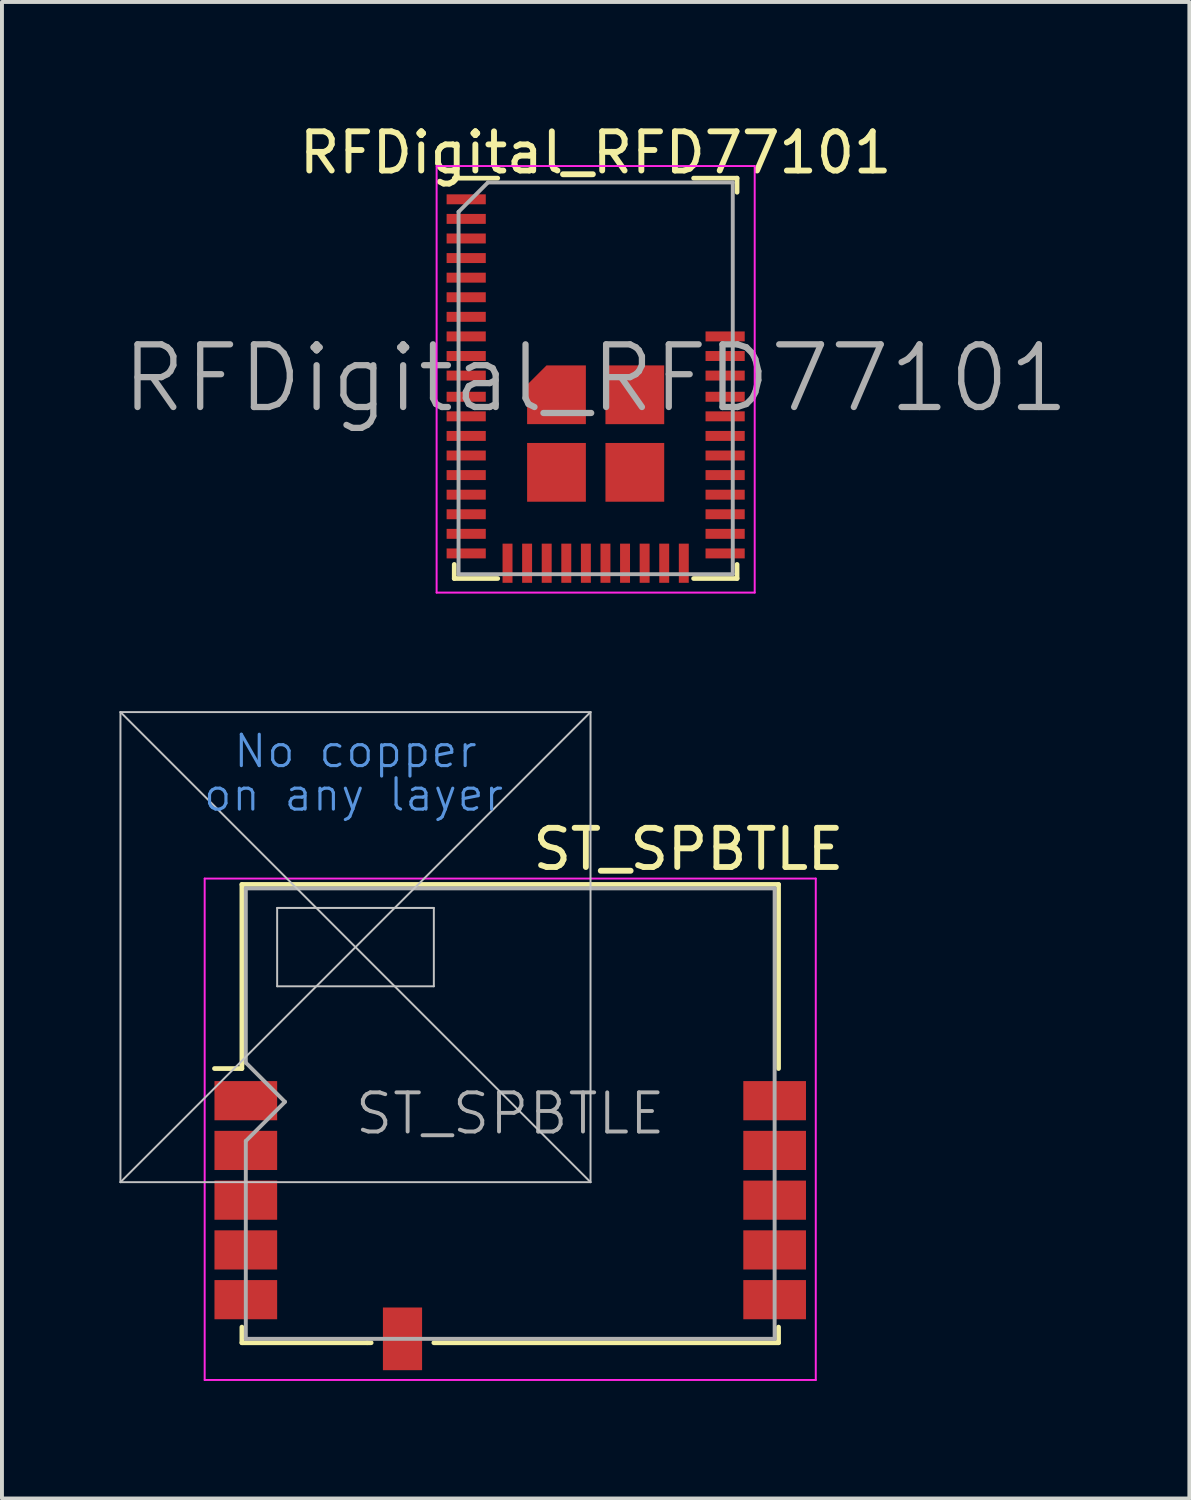
<source format=kicad_pcb>
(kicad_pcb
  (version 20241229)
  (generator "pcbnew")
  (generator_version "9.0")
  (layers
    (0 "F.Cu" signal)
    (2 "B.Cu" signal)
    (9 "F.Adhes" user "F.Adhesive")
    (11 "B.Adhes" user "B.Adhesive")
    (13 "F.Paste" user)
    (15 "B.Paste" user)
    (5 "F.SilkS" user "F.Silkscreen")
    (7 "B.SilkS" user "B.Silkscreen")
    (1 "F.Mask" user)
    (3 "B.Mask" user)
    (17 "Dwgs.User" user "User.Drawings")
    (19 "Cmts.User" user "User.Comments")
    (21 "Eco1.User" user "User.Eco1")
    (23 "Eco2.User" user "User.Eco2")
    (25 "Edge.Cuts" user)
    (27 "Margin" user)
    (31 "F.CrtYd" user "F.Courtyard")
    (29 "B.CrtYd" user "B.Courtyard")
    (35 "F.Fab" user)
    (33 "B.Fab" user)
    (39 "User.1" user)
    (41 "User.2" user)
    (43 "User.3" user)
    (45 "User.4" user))
  (footprint "RFDigital_RFD77101"
    (layer "F.Cu")
    (at 12.156 6.608)
    (property "Reference" "RFDigital_RFD77101" (at 0 -5.76 0) (layer "F.SilkS") (effects (font (size 1 1) (thickness 0.15))))
    (attr smd)
    (fp_line (start -3.61 -5.11) (end -2.5 -5.11) (stroke (width 0.12) (type solid)) (layer "F.SilkS"))
    (fp_line (start -3.61 4.75) (end -3.61 5.11) (stroke (width 0.12) (type solid)) (layer "F.SilkS"))
    (fp_line (start -3.61 5.11) (end -2.5 5.11) (stroke (width 0.12) (type solid)) (layer "F.SilkS"))
    (fp_line (start 3.61 -5.11) (end 2.5 -5.11) (stroke (width 0.12) (type solid)) (layer "F.SilkS"))
    (fp_line (start 3.61 -4.75) (end 3.61 -5.11) (stroke (width 0.12) (type solid)) (layer "F.SilkS"))
    (fp_line (start 3.61 4.75) (end 3.61 5.11) (stroke (width 0.12) (type solid)) (layer "F.SilkS"))
    (fp_line (start 3.61 5.11) (end 2.5 5.11) (stroke (width 0.12) (type solid)) (layer "F.SilkS"))
    (fp_line (start -4.06 -5.42) (end -4.06 5.47) (stroke (width 0.05) (type solid)) (layer "F.CrtYd"))
    (fp_line (start -4.06 5.47) (end 4.06 5.47) (stroke (width 0.05) (type solid)) (layer "F.CrtYd"))
    (fp_line (start 4.06 -5.42) (end -4.06 -5.42) (stroke (width 0.05) (type solid)) (layer "F.CrtYd"))
    (fp_line (start 4.06 5.47) (end 4.06 -5.42) (stroke (width 0.05) (type solid)) (layer "F.CrtYd"))
    (fp_line (start -3.5 -4.25) (end -3.5 5) (stroke (width 0.1) (type solid)) (layer "F.Fab"))
    (fp_line (start -3.5 5) (end 3.5 5) (stroke (width 0.1) (type solid)) (layer "F.Fab"))
    (fp_line (start -2.75 -5) (end -3.5 -4.25) (stroke (width 0.1) (type solid)) (layer "F.Fab"))
    (fp_line (start 3.5 -5) (end -2.75 -5) (stroke (width 0.1) (type solid)) (layer "F.Fab"))
    (fp_line (start 3.5 5) (end 3.5 -5) (stroke (width 0.1) (type solid)) (layer "F.Fab"))
    (fp_text user "${REFERENCE}" (at 0 0 0) (layer "F.Fab") (effects (font (size 1.6 1.6) (thickness 0.16))))
    (pad "1" smd rect (at -3.305 -4.57) (size 1 0.254) (layers "F.Cu" "F.Mask" "F.Paste"))
    (pad "2" smd rect (at -3.305 -4.07) (size 1 0.254) (layers "F.Cu" "F.Mask" "F.Paste"))
    (pad "3" smd rect (at -3.305 -3.57) (size 1 0.254) (layers "F.Cu" "F.Mask" "F.Paste"))
    (pad "4" smd rect (at -3.305 -3.07) (size 1 0.254) (layers "F.Cu" "F.Mask" "F.Paste"))
    (pad "5" smd rect (at -3.305 -2.57) (size 1 0.254) (layers "F.Cu" "F.Mask" "F.Paste"))
    (pad "6" smd rect (at -3.305 -2.07) (size 1 0.254) (layers "F.Cu" "F.Mask" "F.Paste"))
    (pad "7" smd rect (at -3.305 -1.57) (size 1 0.254) (layers "F.Cu" "F.Mask" "F.Paste"))
    (pad "8" smd rect (at -3.305 -1.07) (size 1 0.254) (layers "F.Cu" "F.Mask" "F.Paste"))
    (pad "9" smd rect (at -3.305 -0.57) (size 1 0.254) (layers "F.Cu" "F.Mask" "F.Paste"))
    (pad "10" smd rect (at -3.305 -0.07) (size 1 0.254) (layers "F.Cu" "F.Mask" "F.Paste"))
    (pad "11" smd rect (at -3.305 0.47) (size 1 0.254) (layers "F.Cu" "F.Mask" "F.Paste"))
    (pad "12" smd rect (at -3.305 0.97) (size 1 0.254) (layers "F.Cu" "F.Mask" "F.Paste"))
    (pad "13" smd rect (at -3.305 1.47) (size 1 0.254) (layers "F.Cu" "F.Mask" "F.Paste"))
    (pad "14" smd rect (at -3.305 1.97) (size 1 0.254) (layers "F.Cu" "F.Mask" "F.Paste"))
    (pad "15" smd rect (at -3.305 2.47) (size 1 0.254) (layers "F.Cu" "F.Mask" "F.Paste"))
    (pad "16" smd rect (at -3.305 2.97) (size 1 0.254) (layers "F.Cu" "F.Mask" "F.Paste"))
    (pad "17" smd rect (at -3.305 3.47) (size 1 0.254) (layers "F.Cu" "F.Mask" "F.Paste"))
    (pad "18" smd rect (at -3.305 3.97) (size 1 0.254) (layers "F.Cu" "F.Mask" "F.Paste"))
    (pad "19" smd rect (at -3.305 4.47) (size 1 0.254) (layers "F.Cu" "F.Mask" "F.Paste"))
    (pad "20" smd rect (at -2.25 4.72 90) (size 1 0.254) (layers "F.Cu" "F.Mask" "F.Paste"))
    (pad "21" smd rect (at -1.75 4.72 90) (size 1 0.254) (layers "F.Cu" "F.Mask" "F.Paste"))
    (pad "22" smd rect (at -1.25 4.72 90) (size 1 0.254) (layers "F.Cu" "F.Mask" "F.Paste"))
    (pad "23" smd rect (at -0.75 4.72 90) (size 1 0.254) (layers "F.Cu" "F.Mask" "F.Paste"))
    (pad "24" smd rect (at -0.25 4.72 90) (size 1 0.254) (layers "F.Cu" "F.Mask" "F.Paste"))
    (pad "25" smd rect (at 0.25 4.72 90) (size 1 0.254) (layers "F.Cu" "F.Mask" "F.Paste"))
    (pad "26" smd rect (at 0.75 4.72 90) (size 1 0.254) (layers "F.Cu" "F.Mask" "F.Paste"))
    (pad "27" smd rect (at 1.25 4.72 90) (size 1 0.254) (layers "F.Cu" "F.Mask" "F.Paste"))
    (pad "28" smd rect (at 1.75 4.72 90) (size 1 0.254) (layers "F.Cu" "F.Mask" "F.Paste"))
    (pad "29" smd rect (at 2.25 4.72 90) (size 1 0.254) (layers "F.Cu" "F.Mask" "F.Paste"))
    (pad "30" smd rect (at 3.305 4.47) (size 1 0.254) (layers "F.Cu" "F.Mask" "F.Paste"))
    (pad "31" smd rect (at 3.305 3.97) (size 1 0.254) (layers "F.Cu" "F.Mask" "F.Paste"))
    (pad "32" smd rect (at 3.305 3.47) (size 1 0.254) (layers "F.Cu" "F.Mask" "F.Paste"))
    (pad "33" smd rect (at 3.305 2.97) (size 1 0.254) (layers "F.Cu" "F.Mask" "F.Paste"))
    (pad "34" smd rect (at 3.305 2.47) (size 1 0.254) (layers "F.Cu" "F.Mask" "F.Paste"))
    (pad "35" smd rect (at 3.305 1.97) (size 1 0.254) (layers "F.Cu" "F.Mask" "F.Paste"))
    (pad "36" smd rect (at 3.305 1.47) (size 1 0.254) (layers "F.Cu" "F.Mask" "F.Paste"))
    (pad "37" smd rect (at 3.305 0.97) (size 1 0.254) (layers "F.Cu" "F.Mask" "F.Paste"))
    (pad "38" smd rect (at 3.305 0.47) (size 1 0.254) (layers "F.Cu" "F.Mask" "F.Paste"))
    (pad "39" smd rect (at 3.305 -0.07) (size 1 0.254) (layers "F.Cu" "F.Mask" "F.Paste"))
    (pad "40" smd rect (at 3.305 -0.57) (size 1 0.254) (layers "F.Cu" "F.Mask" "F.Paste"))
    (pad "41" smd rect (at 3.305 -1.07) (size 1 0.254) (layers "F.Cu" "F.Mask" "F.Paste"))
    (pad "42" smd roundrect (at -1 0.42) (size 1.5 1.5) (layers "F.Cu" "F.Mask" "F.Paste") (roundrect_rratio 0) (chamfer_ratio 0.33) (chamfer top_left))
    (pad "43" smd rect (at -1 2.4) (size 1.5 1.5) (layers "F.Cu" "F.Mask" "F.Paste"))
    (pad "44" smd rect (at 1 2.4) (size 1.5 1.5) (layers "F.Cu" "F.Mask" "F.Paste"))
    (pad "45" smd rect (at 1 0.42) (size 1.5 1.5) (layers "F.Cu" "F.Mask" "F.Paste")))
  (footprint "ST_SPBTLE"
    (layer "F.Cu")
    (at 9.975 28.238)
    (property "Reference" "ST_SPBTLE" (at 4.55 -9.61 0) (layer "F.SilkS") (effects (font (size 1 1) (thickness 0.15))))
    (attr smd)
    (fp_line (start -6.85 -8.71) (end 6.85 -8.71) (stroke (width 0.12) (type solid)) (layer "F.SilkS"))
    (fp_line (start -6.85 -4.11) (end -6.85 -8.71) (stroke (width 0.12) (type solid)) (layer "F.SilkS"))
    (fp_line (start -6.85 -4.11) (end -6.85 -4.01) (stroke (width 0.12) (type solid)) (layer "F.SilkS"))
    (fp_line (start -6.85 -4.01) (end -7.55 -4.01) (stroke (width 0.12) (type solid)) (layer "F.SilkS"))
    (fp_line (start -6.85 2.59) (end -6.85 2.99) (stroke (width 0.12) (type solid)) (layer "F.SilkS"))
    (fp_line (start -6.85 2.99) (end -3.65 2.99) (stroke (width 0.12) (type solid)) (layer "F.SilkS"))
    (fp_line (start -3.65 2.99) (end -3.55 2.99) (stroke (width 0.12) (type solid)) (layer "F.SilkS"))
    (fp_line (start -1.95 2.99) (end 6.85 2.99) (stroke (width 0.12) (type solid)) (layer "F.SilkS"))
    (fp_line (start 6.85 -8.71) (end 6.85 -4.01) (stroke (width 0.12) (type solid)) (layer "F.SilkS"))
    (fp_line (start 6.85 2.99) (end 6.85 2.59) (stroke (width 0.12) (type solid)) (layer "F.SilkS"))
    (fp_line (start -9.95 -13.11) (end 2.05 -1.11) (stroke (width 0.05) (type solid)) (layer "Dwgs.User"))
    (fp_line (start -9.95 -1.11) (end -9.95 -13.11) (stroke (width 0.05) (type solid)) (layer "Dwgs.User"))
    (fp_line (start -5.95 -8.11) (end -1.95 -8.11) (stroke (width 0.05) (type solid)) (layer "Dwgs.User"))
    (fp_line (start -5.95 -6.11) (end -5.95 -8.11) (stroke (width 0.05) (type solid)) (layer "Dwgs.User"))
    (fp_line (start -1.95 -8.11) (end -1.95 -6.11) (stroke (width 0.05) (type solid)) (layer "Dwgs.User"))
    (fp_line (start -1.95 -6.11) (end -5.95 -6.11) (stroke (width 0.05) (type solid)) (layer "Dwgs.User"))
    (fp_line (start 2.05 -13.11) (end -9.95 -13.11) (stroke (width 0.05) (type solid)) (layer "Dwgs.User"))
    (fp_line (start 2.05 -13.11) (end -9.95 -1.11) (stroke (width 0.05) (type solid)) (layer "Dwgs.User"))
    (fp_line (start 2.05 -13.11) (end 2.05 -1.11) (stroke (width 0.05) (type solid)) (layer "Dwgs.User"))
    (fp_line (start 2.05 -1.11) (end -9.95 -1.11) (stroke (width 0.05) (type solid)) (layer "Dwgs.User"))
    (fp_line (start -7.8 3.94) (end -7.8 -8.86) (stroke (width 0.05) (type solid)) (layer "F.CrtYd"))
    (fp_line (start -7.8 3.94) (end 7.8 3.94) (stroke (width 0.05) (type solid)) (layer "F.CrtYd"))
    (fp_line (start 7.8 -8.86) (end -7.8 -8.86) (stroke (width 0.05) (type solid)) (layer "F.CrtYd"))
    (fp_line (start 7.8 -8.86) (end 7.8 3.94) (stroke (width 0.05) (type solid)) (layer "F.CrtYd"))
    (fp_line (start -6.75 -8.61) (end -6.75 -4.16) (stroke (width 0.1) (type solid)) (layer "F.Fab"))
    (fp_line (start -6.75 -2.16) (end -6.75 2.89) (stroke (width 0.1) (type solid)) (layer "F.Fab"))
    (fp_line (start -6.75 -2.16) (end -5.75 -3.16) (stroke (width 0.1) (type solid)) (layer "F.Fab"))
    (fp_line (start -6.75 2.89) (end 6.75 2.89) (stroke (width 0.1) (type solid)) (layer "F.Fab"))
    (fp_line (start -5.75 -3.16) (end -6.75 -4.16) (stroke (width 0.1) (type solid)) (layer "F.Fab"))
    (fp_line (start 6.75 -8.61) (end -6.75 -8.61) (stroke (width 0.1) (type solid)) (layer "F.Fab"))
    (fp_line (start 6.75 2.89) (end 6.75 -8.61) (stroke (width 0.1) (type solid)) (layer "F.Fab"))
    (fp_text user "on any layer" (at -4 -11 0) (layer "Cmts.User") (effects (font (size 0.8 0.8) (thickness 0.08))))
    (fp_text user "No copper" (at -3.95 -12.11 0) (layer "Cmts.User") (effects (font (size 0.8 0.8) (thickness 0.08))))
    (fp_text user "${REFERENCE}" (at 0 -2.86 0) (layer "F.Fab") (effects (font (size 1 1) (thickness 0.1))))
    (pad "1" smd rect (at -6.75 -3.19) (size 1.6 1) (layers "F.Cu" "F.Mask" "F.Paste"))
    (pad "2" smd rect (at -6.75 -1.92) (size 1.6 1) (layers "F.Cu" "F.Mask" "F.Paste"))
    (pad "3" smd rect (at -6.75 -0.65) (size 1.6 1) (layers "F.Cu" "F.Mask" "F.Paste"))
    (pad "4" smd rect (at -6.75 0.62) (size 1.6 1) (layers "F.Cu" "F.Mask" "F.Paste"))
    (pad "5" smd rect (at -6.75 1.89) (size 1.6 1) (layers "F.Cu" "F.Mask" "F.Paste"))
    (pad "6" smd rect (at -2.75 2.89 90) (size 1.6 1) (layers "F.Cu" "F.Mask" "F.Paste"))
    (pad "7" smd rect (at 6.75 1.89) (size 1.6 1) (layers "F.Cu" "F.Mask" "F.Paste"))
    (pad "8" smd rect (at 6.75 0.62) (size 1.6 1) (layers "F.Cu" "F.Mask" "F.Paste"))
    (pad "9" smd rect (at 6.75 -0.65) (size 1.6 1) (layers "F.Cu" "F.Mask" "F.Paste"))
    (pad "10" smd rect (at 6.75 -1.92) (size 1.6 1) (layers "F.Cu" "F.Mask" "F.Paste"))
    (pad "11" smd rect (at 6.75 -3.19) (size 1.6 1) (layers "F.Cu" "F.Mask" "F.Paste")))
  (gr_rect
    (start -3 -3)
    (end 27.312 35.203)
    (stroke (width 0.1) (type default))
    (fill no)
    (layer "Edge.Cuts")))
</source>
